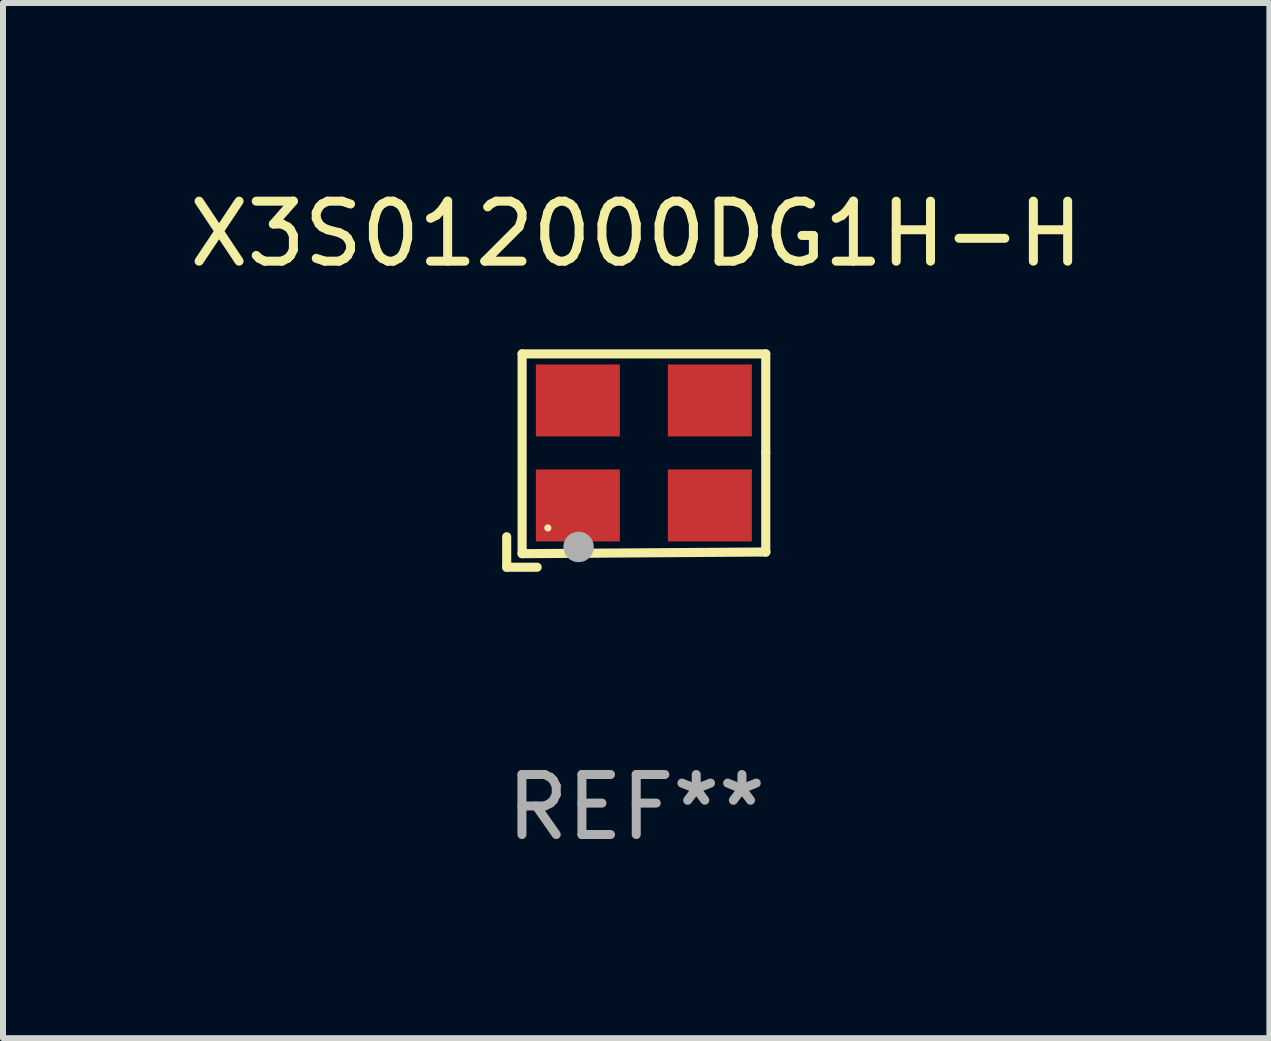
<source format=kicad_pcb>
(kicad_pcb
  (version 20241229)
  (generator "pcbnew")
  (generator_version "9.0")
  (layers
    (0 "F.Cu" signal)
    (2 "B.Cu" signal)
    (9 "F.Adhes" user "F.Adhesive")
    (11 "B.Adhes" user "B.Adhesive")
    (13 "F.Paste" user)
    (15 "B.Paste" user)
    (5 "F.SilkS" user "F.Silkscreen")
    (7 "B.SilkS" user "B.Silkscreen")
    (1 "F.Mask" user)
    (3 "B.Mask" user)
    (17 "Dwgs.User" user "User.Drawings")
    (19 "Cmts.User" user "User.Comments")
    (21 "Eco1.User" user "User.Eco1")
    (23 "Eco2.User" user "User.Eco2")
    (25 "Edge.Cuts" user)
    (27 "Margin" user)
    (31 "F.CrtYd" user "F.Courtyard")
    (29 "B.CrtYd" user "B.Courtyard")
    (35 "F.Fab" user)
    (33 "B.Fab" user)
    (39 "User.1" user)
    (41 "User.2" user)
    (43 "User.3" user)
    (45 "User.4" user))
  (footprint "X3S012000DG1H-H"
    (layer "F.Cu")
    (at 7.554 4.626)
    (property "Reference" "X3S012000DG1H-H" (at 0 -3.778 0) (layer "F.SilkS") (effects (font (size 1 1) (thickness 0.15))))
    (attr through_hole)
    (fp_line (start -2.159 1.27) (end -2.159 1.778) (stroke (width 0.152) (type solid)) (layer "F.SilkS"))
    (fp_line (start -2.159 1.778) (end -1.651 1.778) (stroke (width 0.152) (type solid)) (layer "F.SilkS"))
    (fp_line (start -1.902 -1.778) (end 2.159 -1.778) (stroke (width 0.152) (type solid)) (layer "F.SilkS"))
    (fp_line (start -1.902 1.552) (end -1.902 -1.778) (stroke (width 0.152) (type solid)) (layer "F.SilkS"))
    (fp_line (start 2.159 -1.778) (end 2.159 -0.127) (stroke (width 0.152) (type solid)) (layer "F.SilkS"))
    (fp_line (start 2.159 -0.127) (end 2.159 1.524) (stroke (width 0.152) (type solid)) (layer "F.SilkS"))
    (fp_line (start 2.159 1.524) (end -1.902 1.552) (stroke (width 0.152) (type solid)) (layer "F.SilkS"))
    (fp_line (start 2.159 1.524) (end 2.159 1.524) (stroke (width 0.152) (type solid)) (layer "F.SilkS"))
    (fp_circle (center -1.473 1.123) (end -1.443 1.123) (stroke (width 0.06) (type solid)) (fill no) (layer "F.SilkS"))
    (fp_circle (center -0.961 1.44) (end -0.834 1.44) (stroke (width 0.254) (type solid)) (fill no) (layer "F.Fab"))
    (fp_text user "REF**" (at 0 5.778 0) (layer "F.Fab") (effects (font (size 1 1) (thickness 0.15))))
    (pad "1" smd rect (at -0.973 0.748) (size 1.4 1.2) (layers "F.Cu" "F.Mask" "F.Paste"))
    (pad "2" smd rect (at 1.227 0.748) (size 1.4 1.2) (layers "F.Cu" "F.Mask" "F.Paste"))
    (pad "3" smd rect (at 1.227 -1.002) (size 1.4 1.2) (layers "F.Cu" "F.Mask" "F.Paste"))
    (pad "4" smd rect (at -0.973 -1.002) (size 1.4 1.2) (layers "F.Cu" "F.Mask" "F.Paste")))
  (gr_rect
    (start -3 -3)
    (end 18.107 14.253)
    (stroke (width 0.1) (type default))
    (fill no)
    (layer "Edge.Cuts")))
</source>
